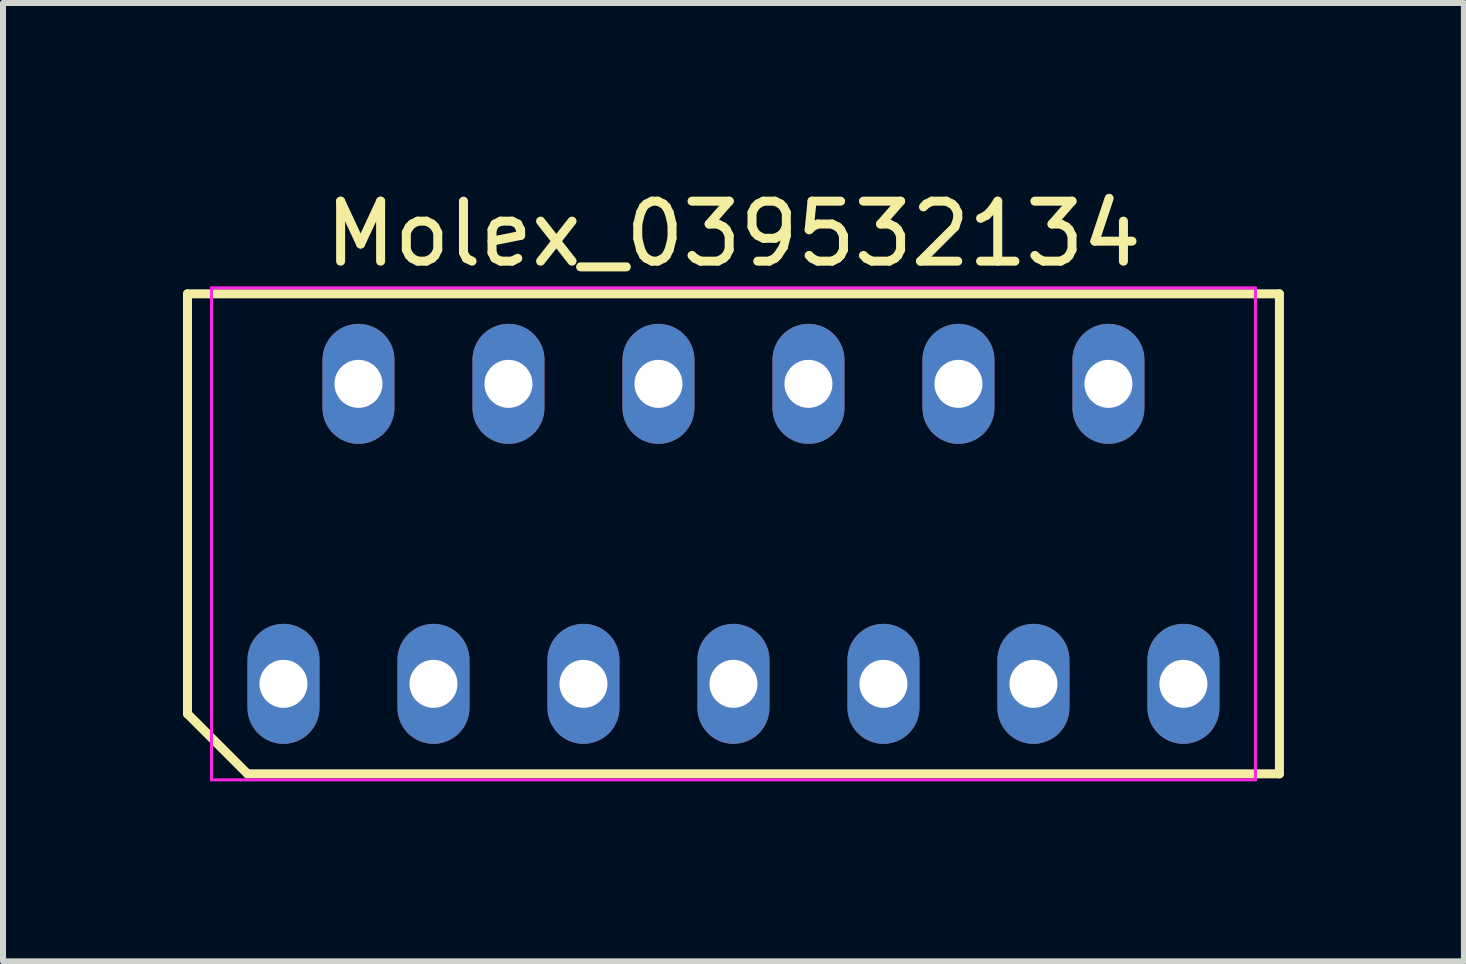
<source format=kicad_pcb>
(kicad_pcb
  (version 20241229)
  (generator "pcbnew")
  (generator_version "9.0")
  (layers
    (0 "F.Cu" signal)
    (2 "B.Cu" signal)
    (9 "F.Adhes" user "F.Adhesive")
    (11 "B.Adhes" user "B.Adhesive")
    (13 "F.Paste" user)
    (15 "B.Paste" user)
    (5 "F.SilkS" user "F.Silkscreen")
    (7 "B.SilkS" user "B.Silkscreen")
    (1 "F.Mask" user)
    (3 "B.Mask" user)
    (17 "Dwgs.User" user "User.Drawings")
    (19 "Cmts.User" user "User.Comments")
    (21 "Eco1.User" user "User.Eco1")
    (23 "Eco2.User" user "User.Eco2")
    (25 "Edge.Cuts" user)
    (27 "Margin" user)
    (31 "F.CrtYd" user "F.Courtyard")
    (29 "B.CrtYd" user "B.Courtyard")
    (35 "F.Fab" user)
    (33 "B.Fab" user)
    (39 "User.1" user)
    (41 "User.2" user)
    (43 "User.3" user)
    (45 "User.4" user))
  (footprint "Molex_039532134"
    (layer "F.Cu")
    (at 9.175 5.848)
    (property "Reference" "Molex_039532134" (at 0 -5 0) (layer "F.SilkS") (effects (font (size 1 1) (thickness 0.15))))
    (attr through_hole)
    (fp_line (start -9.1 -4) (end 9.1 -4) (stroke (width 0.15) (type solid)) (layer "F.SilkS"))
    (fp_line (start -9.1 3) (end -9.1 -4) (stroke (width 0.15) (type solid)) (layer "F.SilkS"))
    (fp_line (start -8.1 4) (end -9.1 3) (stroke (width 0.15) (type solid)) (layer "F.SilkS"))
    (fp_line (start 9.1 -4) (end 9.1 4) (stroke (width 0.15) (type solid)) (layer "F.SilkS"))
    (fp_line (start 9.1 4) (end -8.1 4) (stroke (width 0.15) (type solid)) (layer "F.SilkS"))
    (fp_line (start -8.7 -4.1) (end 8.7 -4.1) (stroke (width 0.05) (type solid)) (layer "F.CrtYd"))
    (fp_line (start -8.7 4.1) (end -8.7 -4.1) (stroke (width 0.05) (type solid)) (layer "F.CrtYd"))
    (fp_line (start 8.7 -4.1) (end 8.7 4.1) (stroke (width 0.05) (type solid)) (layer "F.CrtYd"))
    (fp_line (start 8.7 4.1) (end -8.7 4.1) (stroke (width 0.05) (type solid)) (layer "F.CrtYd"))
    (pad "1" thru_hole oval (at -7.5 2.5) (size 1.2 2) (drill 0.8) (layers "*.Cu" "*.Mask"))
    (pad "2" thru_hole oval (at -6.25 -2.5) (size 1.2 2) (drill 0.8) (layers "*.Cu" "*.Mask"))
    (pad "3" thru_hole oval (at -5 2.5) (size 1.2 2) (drill 0.8) (layers "*.Cu" "*.Mask"))
    (pad "4" thru_hole oval (at -3.75 -2.5) (size 1.2 2) (drill 0.8) (layers "*.Cu" "*.Mask"))
    (pad "5" thru_hole oval (at -2.5 2.5) (size 1.2 2) (drill 0.8) (layers "*.Cu" "*.Mask"))
    (pad "6" thru_hole oval (at -1.25 -2.5) (size 1.2 2) (drill 0.8) (layers "*.Cu" "*.Mask"))
    (pad "7" thru_hole oval (at 0 2.5) (size 1.2 2) (drill 0.8) (layers "*.Cu" "*.Mask"))
    (pad "8" thru_hole oval (at 1.25 -2.5) (size 1.2 2) (drill 0.8) (layers "*.Cu" "*.Mask"))
    (pad "9" thru_hole oval (at 2.5 2.5) (size 1.2 2) (drill 0.8) (layers "*.Cu" "*.Mask"))
    (pad "10" thru_hole oval (at 3.75 -2.5) (size 1.2 2) (drill 0.8) (layers "*.Cu" "*.Mask"))
    (pad "11" thru_hole oval (at 5 2.5) (size 1.2 2) (drill 0.8) (layers "*.Cu" "*.Mask"))
    (pad "12" thru_hole oval (at 6.25 -2.5) (size 1.2 2) (drill 0.8) (layers "*.Cu" "*.Mask"))
    (pad "13" thru_hole oval (at 7.5 2.5) (size 1.2 2) (drill 0.8) (layers "*.Cu" "*.Mask")))
  (gr_rect
    (start -3 -3)
    (end 21.35 12.973)
    (stroke (width 0.1) (type default))
    (fill no)
    (layer "Edge.Cuts")))
</source>
